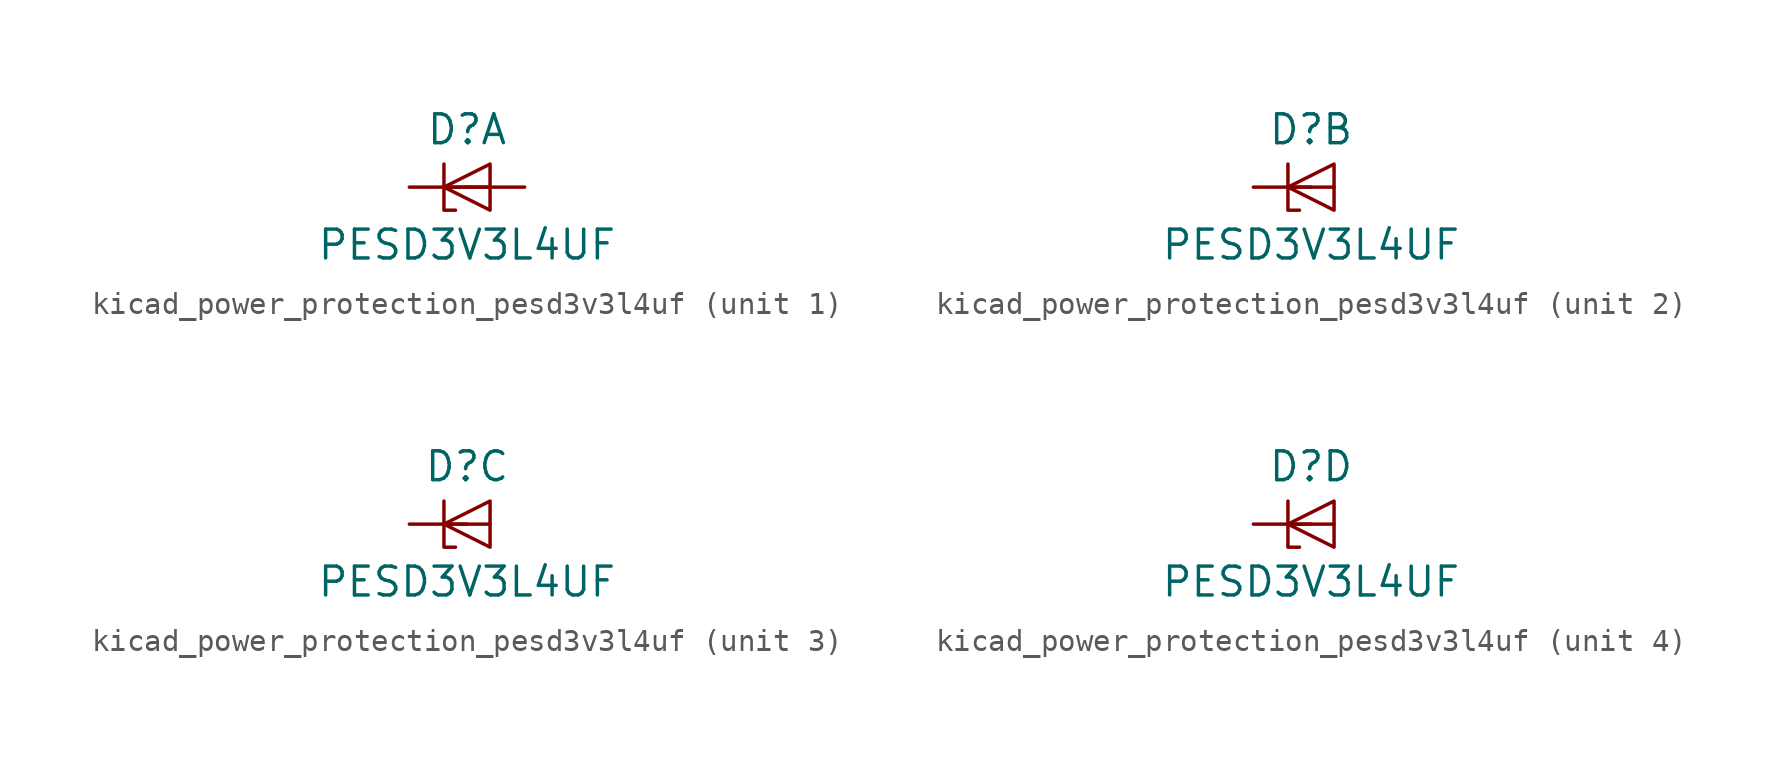
<source format=kicad_sym>
(kicad_symbol_lib
  (version 20220914)
  (generator kicad_symbol_editor)
  (symbol "kicad_power_protection_pesd3v3l4uf"
    (pin_numbers hide)
    (pin_names hide)
    (property "Reference" "D"
      (at 0 2.54 0)
      (effects (font (size 1.27 1.27))))
    (property "Value" "PESD3V3L4UF"
      (at 0 -2.54 0)
      (effects (font (size 1.27 1.27))))
    (property "ki_locked" ""
      (at 0 0 0)
      (effects (font (size 1.27 1.27))))
    (symbol "kicad_power_protection_pesd3v3l4uf_0_1"
      (polyline (pts (xy -1.016 0) (xy 1.016 0)) (stroke (width 0) (type default)) (fill (type none)))
      (polyline (pts (xy -1.016 1.016) (xy -1.016 -1.016) (xy -0.508 -1.016)) (stroke (width 0) (type default)) (fill (type none)))
      (polyline (pts (xy 1.016 1.016) (xy -1.016 0) (xy 1.016 -1.016) (xy 1.016 1.016)) (stroke (width 0) (type default)) (fill (type none))))
    (symbol "kicad_power_protection_pesd3v3l4uf_1_1"
      (pin passive line (at -2.54 0 0) (length 2.54) (name "K1" (effects (font (size 1.27 1.27)))) (number "1" (effects (font (size 1.27 1.27)))))
      (pin passive line (at 2.54 0 180) (length 2.54) (name "A" (effects (font (size 1.27 1.27)))) (number "2" (effects (font (size 1.27 1.27)))))
      (pin passive line (at 2.54 0 180) (length 2.54) hide (name "A" (effects (font (size 1.27 1.27)))) (number "5" (effects (font (size 1.27 1.27))))))
    (symbol "kicad_power_protection_pesd3v3l4uf_2_1"
      (pin passive line (at -2.54 0 0) (length 2.54) (name "K2" (effects (font (size 1.27 1.27)))) (number "3" (effects (font (size 1.27 1.27))))))
    (symbol "kicad_power_protection_pesd3v3l4uf_3_1"
      (pin passive line (at -2.54 0 0) (length 2.54) (name "K3" (effects (font (size 1.27 1.27)))) (number "4" (effects (font (size 1.27 1.27))))))
    (symbol "kicad_power_protection_pesd3v3l4uf_4_1"
      (pin passive line (at -2.54 0 0) (length 2.54) (name "K4" (effects (font (size 1.27 1.27)))) (number "6" (effects (font (size 1.27 1.27))))))))
</source>
